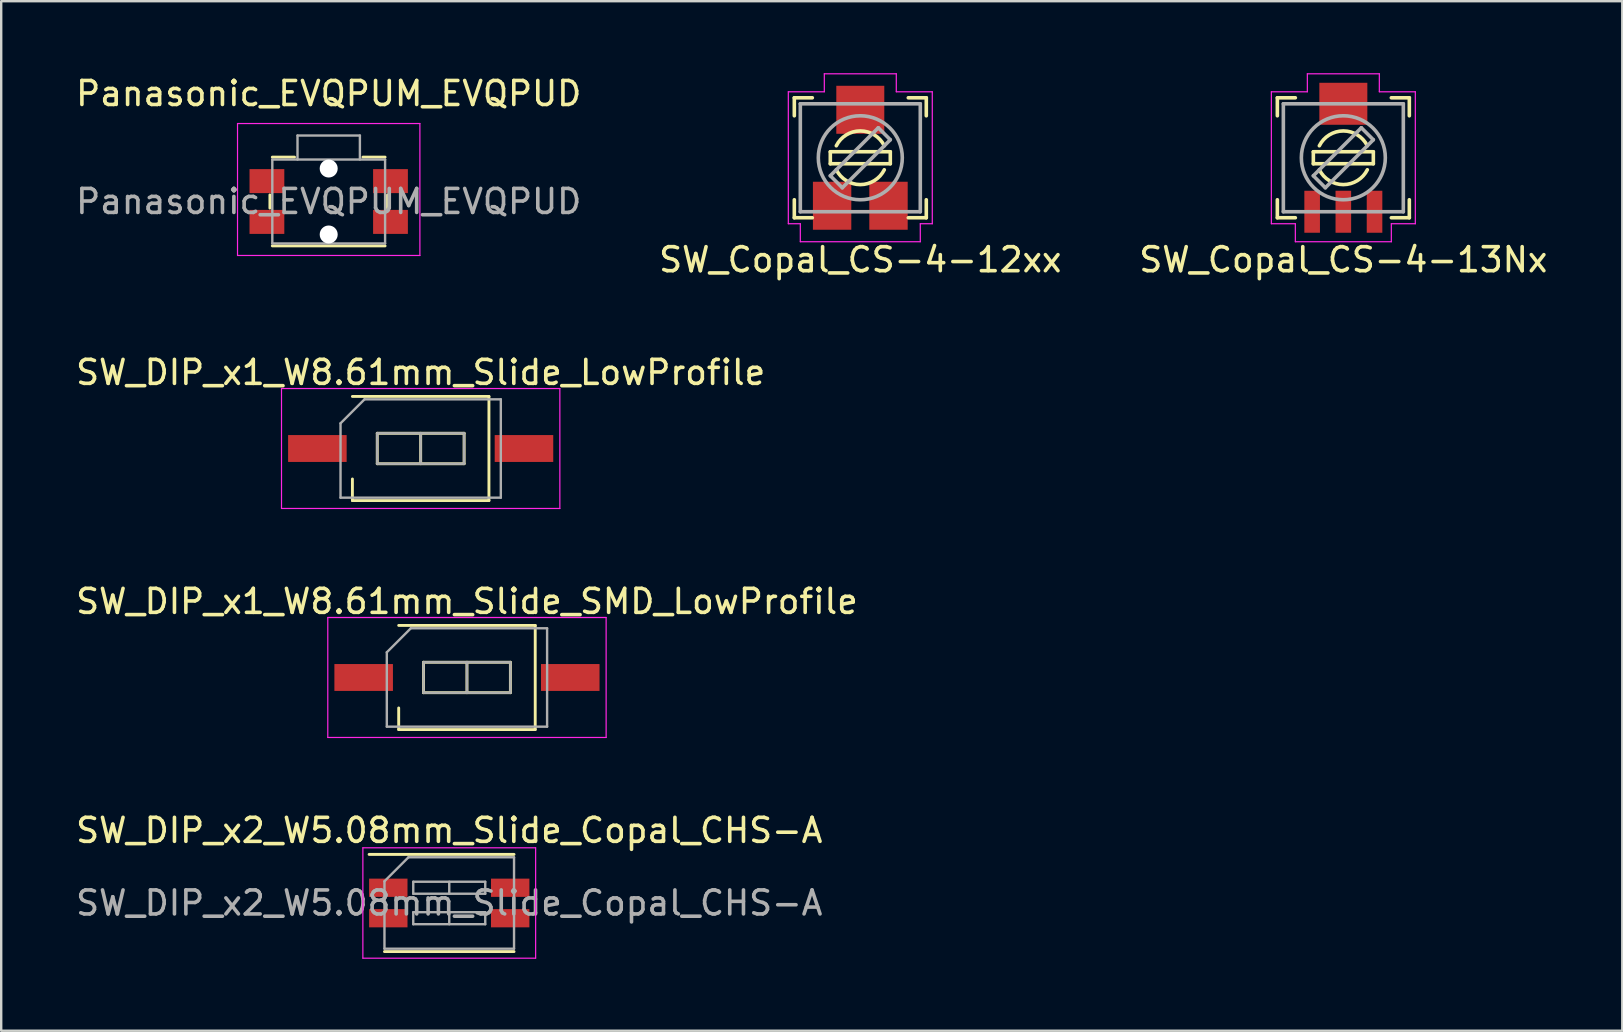
<source format=kicad_pcb>
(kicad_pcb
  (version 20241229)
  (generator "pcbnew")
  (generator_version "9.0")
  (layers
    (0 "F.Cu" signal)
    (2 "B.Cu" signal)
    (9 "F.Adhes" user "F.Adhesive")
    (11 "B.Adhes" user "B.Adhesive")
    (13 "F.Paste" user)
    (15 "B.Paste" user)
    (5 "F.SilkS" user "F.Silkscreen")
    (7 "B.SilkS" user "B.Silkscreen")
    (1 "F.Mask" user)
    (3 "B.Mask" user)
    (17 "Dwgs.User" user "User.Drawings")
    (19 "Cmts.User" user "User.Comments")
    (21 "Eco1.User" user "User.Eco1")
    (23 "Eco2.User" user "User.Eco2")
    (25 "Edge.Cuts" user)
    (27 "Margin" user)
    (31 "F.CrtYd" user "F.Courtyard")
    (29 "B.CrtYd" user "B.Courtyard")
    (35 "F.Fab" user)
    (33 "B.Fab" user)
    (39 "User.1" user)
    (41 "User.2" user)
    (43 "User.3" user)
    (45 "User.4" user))
  (footprint "SW_Copal_CS-4-13Nx"
    (layer "F.Cu")
    (at 52.935 3.525)
    (property "Reference" "SW_Copal_CS-4-13Nx" (at 0 4.25 0) (layer "F.SilkS") (effects (font (size 1 1) (thickness 0.15))))
    (attr smd)
    (fp_line (start -2.75 -2.5) (end -2.75 -1.75) (stroke (width 0.15) (type solid)) (layer "F.SilkS"))
    (fp_line (start -2.75 1.75) (end -2.75 2.5) (stroke (width 0.15) (type solid)) (layer "F.SilkS"))
    (fp_line (start -2.75 2.5) (end -2 2.5) (stroke (width 0.15) (type solid)) (layer "F.SilkS"))
    (fp_line (start -2 -2.5) (end -2.75 -2.5) (stroke (width 0.15) (type solid)) (layer "F.SilkS"))
    (fp_line (start -1.25 -0.25) (end 1.25 -0.25) (stroke (width 0.15) (type solid)) (layer "F.SilkS"))
    (fp_line (start -1.25 0.25) (end -1.25 -0.25) (stroke (width 0.15) (type solid)) (layer "F.SilkS"))
    (fp_line (start 1.25 -0.25) (end 1.25 0.25) (stroke (width 0.15) (type solid)) (layer "F.SilkS"))
    (fp_line (start 1.25 0.25) (end -1.25 0.25) (stroke (width 0.15) (type solid)) (layer "F.SilkS"))
    (fp_line (start 2 -2.5) (end 2.75 -2.5) (stroke (width 0.15) (type solid)) (layer "F.SilkS"))
    (fp_line (start 2.75 -2.5) (end 2.75 -1.75) (stroke (width 0.15) (type solid)) (layer "F.SilkS"))
    (fp_line (start 2.75 1.75) (end 2.75 2.5) (stroke (width 0.15) (type solid)) (layer "F.SilkS"))
    (fp_line (start 2.75 2.5) (end 2 2.5) (stroke (width 0.15) (type solid)) (layer "F.SilkS"))
    (fp_arc (start -1 -0.5) (mid 0 -1.118034) (end 1 -0.5) (stroke (width 0.15) (type solid)) (layer "F.SilkS"))
    (fp_arc (start 1 0.5) (mid 0 1.118034) (end -1 0.5) (stroke (width 0.15) (type solid)) (layer "F.SilkS"))
    (fp_line (start -3 -2.75) (end -3 2.75) (stroke (width 0.05) (type solid)) (layer "F.CrtYd"))
    (fp_line (start -3 2.75) (end -2 2.75) (stroke (width 0.05) (type solid)) (layer "F.CrtYd"))
    (fp_line (start -2 2.75) (end -2 3.5) (stroke (width 0.05) (type solid)) (layer "F.CrtYd"))
    (fp_line (start -2 3.5) (end 2 3.5) (stroke (width 0.05) (type solid)) (layer "F.CrtYd"))
    (fp_line (start -1.5 -3.5) (end -1.5 -2.75) (stroke (width 0.05) (type solid)) (layer "F.CrtYd"))
    (fp_line (start -1.5 -2.75) (end -3 -2.75) (stroke (width 0.05) (type solid)) (layer "F.CrtYd"))
    (fp_line (start 1.5 -3.5) (end -1.5 -3.5) (stroke (width 0.05) (type solid)) (layer "F.CrtYd"))
    (fp_line (start 1.5 -2.75) (end 1.5 -3.5) (stroke (width 0.05) (type solid)) (layer "F.CrtYd"))
    (fp_line (start 2 2.75) (end 3 2.75) (stroke (width 0.05) (type solid)) (layer "F.CrtYd"))
    (fp_line (start 2 3.5) (end 2 2.75) (stroke (width 0.05) (type solid)) (layer "F.CrtYd"))
    (fp_line (start 3 -2.75) (end 1.5 -2.75) (stroke (width 0.05) (type solid)) (layer "F.CrtYd"))
    (fp_line (start 3 2.75) (end 3 -2.75) (stroke (width 0.05) (type solid)) (layer "F.CrtYd"))
    (fp_line (start -2.5 -2.25) (end 2.5 -2.25) (stroke (width 0.15) (type solid)) (layer "F.Fab"))
    (fp_line (start -2.5 2.25) (end -2.5 -2.25) (stroke (width 0.15) (type solid)) (layer "F.Fab"))
    (fp_line (start -1.25 0.75) (end 0.75 -1.25) (stroke (width 0.15) (type solid)) (layer "F.Fab"))
    (fp_line (start -0.75 1.25) (end -1.25 0.75) (stroke (width 0.15) (type solid)) (layer "F.Fab"))
    (fp_line (start 0.75 -1.25) (end 1.25 -0.75) (stroke (width 0.15) (type solid)) (layer "F.Fab"))
    (fp_line (start 1.25 -0.75) (end -0.75 1.25) (stroke (width 0.15) (type solid)) (layer "F.Fab"))
    (fp_line (start 2.5 -2.25) (end 2.5 2.25) (stroke (width 0.15) (type solid)) (layer "F.Fab"))
    (fp_line (start 2.5 2.25) (end -2.5 2.25) (stroke (width 0.15) (type solid)) (layer "F.Fab"))
    (fp_circle (center 0 0) (end 1.75 0) (stroke (width 0.15) (type solid)) (fill no) (layer "F.Fab"))
    (pad "1" smd rect (at 0 -2.25) (size 2 1.75) (layers "F.Cu" "F.Mask" "F.Paste"))
    (pad "2" smd rect (at -1.3 2.25) (size 0.65 1.75) (layers "F.Cu" "F.Mask" "F.Paste"))
    (pad "3" smd rect (at 0 2.25) (size 0.65 1.75) (layers "F.Cu" "F.Mask" "F.Paste"))
    (pad "4" smd rect (at 1.3 2.25) (size 0.65 1.75) (layers "F.Cu" "F.Mask" "F.Paste")))
  (footprint "SW_DIP_x1_W8.61mm_Slide_SMD_LowProfile"
    (layer "F.Cu")
    (at 16.411 25.185)
    (property "Reference" "SW_DIP_x1_W8.61mm_Slide_SMD_LowProfile" (at 0 -3.17 0) (layer "F.SilkS") (effects (font (size 1 1) (thickness 0.15))))
    (attr smd)
    (fp_line (start -2.845 -2.17) (end 2.845 -2.17) (stroke (width 0.12) (type solid)) (layer "F.SilkS"))
    (fp_line (start -2.845 2.17) (end -2.845 1.27) (stroke (width 0.12) (type solid)) (layer "F.SilkS"))
    (fp_line (start -1.81 -0.635) (end -1.81 0.635) (stroke (width 0.12) (type solid)) (layer "F.SilkS"))
    (fp_line (start -1.81 0.635) (end 1.81 0.635) (stroke (width 0.12) (type solid)) (layer "F.SilkS"))
    (fp_line (start 0 -0.635) (end 0 0.635) (stroke (width 0.12) (type solid)) (layer "F.SilkS"))
    (fp_line (start 1.81 -0.635) (end -1.81 -0.635) (stroke (width 0.12) (type solid)) (layer "F.SilkS"))
    (fp_line (start 1.81 0.635) (end 1.81 -0.635) (stroke (width 0.12) (type solid)) (layer "F.SilkS"))
    (fp_line (start 2.845 -2.17) (end 2.845 2.17) (stroke (width 0.12) (type solid)) (layer "F.SilkS"))
    (fp_line (start 2.845 2.17) (end -2.845 2.17) (stroke (width 0.12) (type solid)) (layer "F.SilkS"))
    (fp_line (start -5.8 -2.5) (end -5.8 2.5) (stroke (width 0.05) (type solid)) (layer "F.CrtYd"))
    (fp_line (start -5.8 2.5) (end 5.8 2.5) (stroke (width 0.05) (type solid)) (layer "F.CrtYd"))
    (fp_line (start 5.8 -2.5) (end -5.8 -2.5) (stroke (width 0.05) (type solid)) (layer "F.CrtYd"))
    (fp_line (start 5.8 2.5) (end 5.8 -2.5) (stroke (width 0.05) (type solid)) (layer "F.CrtYd"))
    (fp_line (start -3.34 -1.05) (end -2.34 -2.05) (stroke (width 0.1) (type solid)) (layer "F.Fab"))
    (fp_line (start -3.34 2.05) (end -3.34 -1.05) (stroke (width 0.1) (type solid)) (layer "F.Fab"))
    (fp_line (start -2.34 -2.05) (end 3.34 -2.05) (stroke (width 0.1) (type solid)) (layer "F.Fab"))
    (fp_line (start -1.81 -0.635) (end -1.81 0.635) (stroke (width 0.1) (type solid)) (layer "F.Fab"))
    (fp_line (start -1.81 0.635) (end 1.81 0.635) (stroke (width 0.1) (type solid)) (layer "F.Fab"))
    (fp_line (start 0 -0.635) (end 0 0.635) (stroke (width 0.1) (type solid)) (layer "F.Fab"))
    (fp_line (start 1.81 -0.635) (end -1.81 -0.635) (stroke (width 0.1) (type solid)) (layer "F.Fab"))
    (fp_line (start 1.81 0.635) (end 1.81 -0.635) (stroke (width 0.1) (type solid)) (layer "F.Fab"))
    (fp_line (start 3.34 -2.05) (end 3.34 2.05) (stroke (width 0.1) (type solid)) (layer "F.Fab"))
    (fp_line (start 3.34 2.05) (end -3.34 2.05) (stroke (width 0.1) (type solid)) (layer "F.Fab"))
    (pad "1" smd rect (at -4.305 0) (size 2.44 1.12) (layers "F.Cu" "F.Mask"))
    (pad "2" smd rect (at 4.305 0) (size 2.44 1.12) (layers "F.Cu" "F.Mask")))
  (footprint "SW_DIP_x1_W8.61mm_Slide_LowProfile"
    (layer "F.Cu")
    (at 14.482 15.642)
    (property "Reference" "SW_DIP_x1_W8.61mm_Slide_LowProfile" (at 0 -3.17 0) (layer "F.SilkS") (effects (font (size 1 1) (thickness 0.15))))
    (attr smd)
    (fp_line (start -2.845 -2.17) (end 2.845 -2.17) (stroke (width 0.12) (type solid)) (layer "F.SilkS"))
    (fp_line (start -2.845 2.17) (end -2.845 1.27) (stroke (width 0.12) (type solid)) (layer "F.SilkS"))
    (fp_line (start -1.81 -0.635) (end -1.81 0.635) (stroke (width 0.12) (type solid)) (layer "F.SilkS"))
    (fp_line (start -1.81 0.635) (end 1.81 0.635) (stroke (width 0.12) (type solid)) (layer "F.SilkS"))
    (fp_line (start 0 -0.635) (end 0 0.635) (stroke (width 0.12) (type solid)) (layer "F.SilkS"))
    (fp_line (start 1.81 -0.635) (end -1.81 -0.635) (stroke (width 0.12) (type solid)) (layer "F.SilkS"))
    (fp_line (start 1.81 0.635) (end 1.81 -0.635) (stroke (width 0.12) (type solid)) (layer "F.SilkS"))
    (fp_line (start 2.845 -2.17) (end 2.845 2.17) (stroke (width 0.12) (type solid)) (layer "F.SilkS"))
    (fp_line (start 2.845 2.17) (end -2.845 2.17) (stroke (width 0.12) (type solid)) (layer "F.SilkS"))
    (fp_line (start -5.8 -2.5) (end -5.8 2.5) (stroke (width 0.05) (type solid)) (layer "F.CrtYd"))
    (fp_line (start -5.8 2.5) (end 5.8 2.5) (stroke (width 0.05) (type solid)) (layer "F.CrtYd"))
    (fp_line (start 5.8 -2.5) (end -5.8 -2.5) (stroke (width 0.05) (type solid)) (layer "F.CrtYd"))
    (fp_line (start 5.8 2.5) (end 5.8 -2.5) (stroke (width 0.05) (type solid)) (layer "F.CrtYd"))
    (fp_line (start -3.34 -1.05) (end -2.34 -2.05) (stroke (width 0.1) (type solid)) (layer "F.Fab"))
    (fp_line (start -3.34 2.05) (end -3.34 -1.05) (stroke (width 0.1) (type solid)) (layer "F.Fab"))
    (fp_line (start -2.34 -2.05) (end 3.34 -2.05) (stroke (width 0.1) (type solid)) (layer "F.Fab"))
    (fp_line (start -1.81 -0.635) (end -1.81 0.635) (stroke (width 0.1) (type solid)) (layer "F.Fab"))
    (fp_line (start -1.81 0.635) (end 1.81 0.635) (stroke (width 0.1) (type solid)) (layer "F.Fab"))
    (fp_line (start 0 -0.635) (end 0 0.635) (stroke (width 0.1) (type solid)) (layer "F.Fab"))
    (fp_line (start 1.81 -0.635) (end -1.81 -0.635) (stroke (width 0.1) (type solid)) (layer "F.Fab"))
    (fp_line (start 1.81 0.635) (end 1.81 -0.635) (stroke (width 0.1) (type solid)) (layer "F.Fab"))
    (fp_line (start 3.34 -2.05) (end 3.34 2.05) (stroke (width 0.1) (type solid)) (layer "F.Fab"))
    (fp_line (start 3.34 2.05) (end -3.34 2.05) (stroke (width 0.1) (type solid)) (layer "F.Fab"))
    (pad "1" smd rect (at -4.305 0) (size 2.44 1.12) (layers "F.Cu" "F.Mask"))
    (pad "2" smd rect (at 4.305 0) (size 2.44 1.12) (layers "F.Cu" "F.Mask")))
  (footprint "SW_Copal_CS-4-12xx"
    (layer "F.Cu")
    (at 32.804 3.525)
    (property "Reference" "SW_Copal_CS-4-12xx" (at 0 4.25 0) (layer "F.SilkS") (effects (font (size 1 1) (thickness 0.15))))
    (attr smd)
    (fp_line (start -2.75 -2.5) (end -2.75 -1.75) (stroke (width 0.15) (type solid)) (layer "F.SilkS"))
    (fp_line (start -2.75 1.75) (end -2.75 2.5) (stroke (width 0.15) (type solid)) (layer "F.SilkS"))
    (fp_line (start -2.75 2.5) (end -2 2.5) (stroke (width 0.15) (type solid)) (layer "F.SilkS"))
    (fp_line (start -2 -2.5) (end -2.75 -2.5) (stroke (width 0.15) (type solid)) (layer "F.SilkS"))
    (fp_line (start -1.25 -0.25) (end 1.25 -0.25) (stroke (width 0.15) (type solid)) (layer "F.SilkS"))
    (fp_line (start -1.25 0.25) (end -1.25 -0.25) (stroke (width 0.15) (type solid)) (layer "F.SilkS"))
    (fp_line (start 1.25 -0.25) (end 1.25 0.25) (stroke (width 0.15) (type solid)) (layer "F.SilkS"))
    (fp_line (start 1.25 0.25) (end -1.25 0.25) (stroke (width 0.15) (type solid)) (layer "F.SilkS"))
    (fp_line (start 2 -2.5) (end 2.75 -2.5) (stroke (width 0.15) (type solid)) (layer "F.SilkS"))
    (fp_line (start 2.75 -2.5) (end 2.75 -1.75) (stroke (width 0.15) (type solid)) (layer "F.SilkS"))
    (fp_line (start 2.75 1.75) (end 2.75 2.5) (stroke (width 0.15) (type solid)) (layer "F.SilkS"))
    (fp_line (start 2.75 2.5) (end 2 2.5) (stroke (width 0.15) (type solid)) (layer "F.SilkS"))
    (fp_arc (start -1 -0.5) (mid 0 -1.118034) (end 1 -0.5) (stroke (width 0.15) (type solid)) (layer "F.SilkS"))
    (fp_arc (start 1 0.5) (mid 0 1.118034) (end -1 0.5) (stroke (width 0.15) (type solid)) (layer "F.SilkS"))
    (fp_line (start -3 -2.75) (end -3 2.75) (stroke (width 0.05) (type solid)) (layer "F.CrtYd"))
    (fp_line (start -3 2.75) (end -2.5 2.75) (stroke (width 0.05) (type solid)) (layer "F.CrtYd"))
    (fp_line (start -2.5 2.75) (end -2.5 3.5) (stroke (width 0.05) (type solid)) (layer "F.CrtYd"))
    (fp_line (start -2.5 3.5) (end 2.5 3.5) (stroke (width 0.05) (type solid)) (layer "F.CrtYd"))
    (fp_line (start -1.5 -3.5) (end -1.5 -2.75) (stroke (width 0.05) (type solid)) (layer "F.CrtYd"))
    (fp_line (start -1.5 -2.75) (end -3 -2.75) (stroke (width 0.05) (type solid)) (layer "F.CrtYd"))
    (fp_line (start 1.5 -3.5) (end -1.5 -3.5) (stroke (width 0.05) (type solid)) (layer "F.CrtYd"))
    (fp_line (start 1.5 -2.75) (end 1.5 -3.5) (stroke (width 0.05) (type solid)) (layer "F.CrtYd"))
    (fp_line (start 2.5 2.75) (end 3 2.75) (stroke (width 0.05) (type solid)) (layer "F.CrtYd"))
    (fp_line (start 2.5 3.5) (end 2.5 2.75) (stroke (width 0.05) (type solid)) (layer "F.CrtYd"))
    (fp_line (start 3 -2.75) (end 1.5 -2.75) (stroke (width 0.05) (type solid)) (layer "F.CrtYd"))
    (fp_line (start 3 2.75) (end 3 -2.75) (stroke (width 0.05) (type solid)) (layer "F.CrtYd"))
    (fp_line (start -2.5 -2.25) (end 2.5 -2.25) (stroke (width 0.15) (type solid)) (layer "F.Fab"))
    (fp_line (start -2.5 2.25) (end -2.5 -2.25) (stroke (width 0.15) (type solid)) (layer "F.Fab"))
    (fp_line (start -1.25 0.75) (end 0.75 -1.25) (stroke (width 0.15) (type solid)) (layer "F.Fab"))
    (fp_line (start -0.75 1.25) (end -1.25 0.75) (stroke (width 0.15) (type solid)) (layer "F.Fab"))
    (fp_line (start 0.75 -1.25) (end 1.25 -0.75) (stroke (width 0.15) (type solid)) (layer "F.Fab"))
    (fp_line (start 1.25 -0.75) (end -0.75 1.25) (stroke (width 0.15) (type solid)) (layer "F.Fab"))
    (fp_line (start 2.5 -2.25) (end 2.5 2.25) (stroke (width 0.15) (type solid)) (layer "F.Fab"))
    (fp_line (start 2.5 2.25) (end -2.5 2.25) (stroke (width 0.15) (type solid)) (layer "F.Fab"))
    (fp_circle (center 0 0) (end 1.75 0) (stroke (width 0.15) (type solid)) (fill no) (layer "F.Fab"))
    (pad "1" smd rect (at -1.175 2) (size 1.6 2) (layers "F.Cu" "F.Mask" "F.Paste"))
    (pad "2" smd rect (at 0 -2) (size 2 2) (layers "F.Cu" "F.Mask" "F.Paste"))
    (pad "3" smd rect (at 1.175 2) (size 1.6 2) (layers "F.Cu" "F.Mask" "F.Paste")))
  (footprint "Panasonic_EVQPUM_EVQPUD"
    (layer "F.Cu")
    (at 10.649 5.348)
    (property "Reference" "Panasonic_EVQPUM_EVQPUD" (at 0 -4.5 0) (layer "F.SilkS") (effects (font (size 1 1) (thickness 0.15))))
    (attr smd)
    (fp_line (start -2.45 0.275) (end -2.45 -0.275) (stroke (width 0.12) (type solid)) (layer "F.SilkS"))
    (fp_line (start -1.425 -1.85) (end -2.35 -1.85) (stroke (width 0.12) (type solid)) (layer "F.SilkS"))
    (fp_line (start 2.35 -1.85) (end 1.425 -1.85) (stroke (width 0.12) (type solid)) (layer "F.SilkS"))
    (fp_line (start 2.35 1.85) (end -2.35 1.85) (stroke (width 0.12) (type solid)) (layer "F.SilkS"))
    (fp_line (start 2.45 0.275) (end 2.45 -0.275) (stroke (width 0.12) (type solid)) (layer "F.SilkS"))
    (fp_line (start -3.8 2.25) (end -3.8 -3.25) (stroke (width 0.05) (type solid)) (layer "F.CrtYd"))
    (fp_line (start 3.8 -3.25) (end -3.8 -3.25) (stroke (width 0.05) (type solid)) (layer "F.CrtYd"))
    (fp_line (start 3.8 2.25) (end -3.8 2.25) (stroke (width 0.05) (type solid)) (layer "F.CrtYd"))
    (fp_line (start 3.8 2.25) (end 3.8 -3.25) (stroke (width 0.05) (type solid)) (layer "F.CrtYd"))
    (fp_line (start -2.35 1.75) (end -2.35 -1.75) (stroke (width 0.1) (type solid)) (layer "F.Fab"))
    (fp_line (start -1.3 -2.75) (end -1.3 -1.75) (stroke (width 0.1) (type solid)) (layer "F.Fab"))
    (fp_line (start 1.3 -2.75) (end -1.3 -2.75) (stroke (width 0.1) (type solid)) (layer "F.Fab"))
    (fp_line (start 1.3 -2.75) (end 1.3 -1.75) (stroke (width 0.1) (type solid)) (layer "F.Fab"))
    (fp_line (start 2.35 -1.75) (end -2.35 -1.75) (stroke (width 0.1) (type solid)) (layer "F.Fab"))
    (fp_line (start 2.35 1.75) (end -2.35 1.75) (stroke (width 0.1) (type solid)) (layer "F.Fab"))
    (fp_line (start 2.35 1.75) (end 2.35 -1.75) (stroke (width 0.1) (type solid)) (layer "F.Fab"))
    (fp_text user "${REFERENCE}" (at 0 0 0) (layer "F.Fab") (effects (font (size 1 1) (thickness 0.15))))
    (pad "" np_thru_hole circle (at 0 -1.375 180) (size 0.75 0.75) (drill 0.75) (layers "*.Cu" "*.Mask"))
    (pad "" np_thru_hole circle (at 0 1.375 180) (size 0.75 0.75) (drill 0.75) (layers "*.Cu" "*.Mask"))
    (pad "1" smd rect (at -2.575 -0.85 180) (size 1.45 1) (layers "F.Cu" "F.Mask" "F.Paste"))
    (pad "1" smd rect (at -2.575 0.85 180) (size 1.45 1) (layers "F.Cu" "F.Mask" "F.Paste"))
    (pad "2" smd rect (at 2.575 -0.85 180) (size 1.45 1) (layers "F.Cu" "F.Mask" "F.Paste"))
    (pad "2" smd rect (at 2.575 0.85 180) (size 1.45 1) (layers "F.Cu" "F.Mask" "F.Paste")))
  (footprint "SW_DIP_x2_W5.08mm_Slide_Copal_CHS-A"
    (layer "F.Cu")
    (at 15.673 34.583)
    (property "Reference" "SW_DIP_x2_W5.08mm_Slide_Copal_CHS-A" (at 0 -3.025 0) (layer "F.SilkS") (effects (font (size 1 1) (thickness 0.15))))
    (attr smd)
    (fp_line (start -3.34 -2.025) (end 2.7 -2.025) (stroke (width 0.12) (type solid)) (layer "F.SilkS"))
    (fp_line (start -2.7 2.025) (end 2.7 2.025) (stroke (width 0.12) (type solid)) (layer "F.SilkS"))
    (fp_line (start -3.6 -2.3) (end -3.6 2.3) (stroke (width 0.05) (type solid)) (layer "F.CrtYd"))
    (fp_line (start -3.6 2.3) (end 3.6 2.3) (stroke (width 0.05) (type solid)) (layer "F.CrtYd"))
    (fp_line (start 3.6 -2.3) (end -3.6 -2.3) (stroke (width 0.05) (type solid)) (layer "F.CrtYd"))
    (fp_line (start 3.6 2.3) (end 3.6 -2.3) (stroke (width 0.05) (type solid)) (layer "F.CrtYd"))
    (fp_line (start -2.7 -0.905) (end -1.7 -1.905) (stroke (width 0.1) (type solid)) (layer "F.Fab"))
    (fp_line (start -2.7 1.905) (end -2.7 -0.905) (stroke (width 0.1) (type solid)) (layer "F.Fab"))
    (fp_line (start -1.7 -1.905) (end 2.7 -1.905) (stroke (width 0.1) (type solid)) (layer "F.Fab"))
    (fp_line (start -1.5 -0.885) (end -1.5 -0.385) (stroke (width 0.1) (type solid)) (layer "F.Fab"))
    (fp_line (start -1.5 -0.385) (end 1.5 -0.385) (stroke (width 0.1) (type solid)) (layer "F.Fab"))
    (fp_line (start -1.5 0.385) (end -1.5 0.885) (stroke (width 0.1) (type solid)) (layer "F.Fab"))
    (fp_line (start -1.5 0.885) (end 1.5 0.885) (stroke (width 0.1) (type solid)) (layer "F.Fab"))
    (fp_line (start 0 -0.885) (end 0 -0.385) (stroke (width 0.1) (type solid)) (layer "F.Fab"))
    (fp_line (start 0 0.385) (end 0 0.885) (stroke (width 0.1) (type solid)) (layer "F.Fab"))
    (fp_line (start 1.5 -0.885) (end -1.5 -0.885) (stroke (width 0.1) (type solid)) (layer "F.Fab"))
    (fp_line (start 1.5 -0.385) (end 1.5 -0.885) (stroke (width 0.1) (type solid)) (layer "F.Fab"))
    (fp_line (start 1.5 0.385) (end -1.5 0.385) (stroke (width 0.1) (type solid)) (layer "F.Fab"))
    (fp_line (start 1.5 0.885) (end 1.5 0.385) (stroke (width 0.1) (type solid)) (layer "F.Fab"))
    (fp_line (start 2.7 -1.905) (end 2.7 1.905) (stroke (width 0.1) (type solid)) (layer "F.Fab"))
    (fp_line (start 2.7 1.905) (end -2.7 1.905) (stroke (width 0.1) (type solid)) (layer "F.Fab"))
    (fp_text user "${REFERENCE}" (at 0 0 0) (layer "F.Fab") (effects (font (size 1 1) (thickness 0.15))))
    (pad "1" smd rect (at -2.54 -0.635) (size 1.6 0.76) (layers "F.Cu" "F.Mask" "F.Paste"))
    (pad "2" smd rect (at -2.54 0.635) (size 1.6 0.76) (layers "F.Cu" "F.Mask" "F.Paste"))
    (pad "3" smd rect (at 2.54 0.635) (size 1.6 0.76) (layers "F.Cu" "F.Mask" "F.Paste"))
    (pad "4" smd rect (at 2.54 -0.635) (size 1.6 0.76) (layers "F.Cu" "F.Mask" "F.Paste")))
  (gr_rect
    (start -3 -3)
    (end 64.56 39.908)
    (stroke (width 0.1) (type default))
    (fill no)
    (layer "Edge.Cuts")))
</source>
